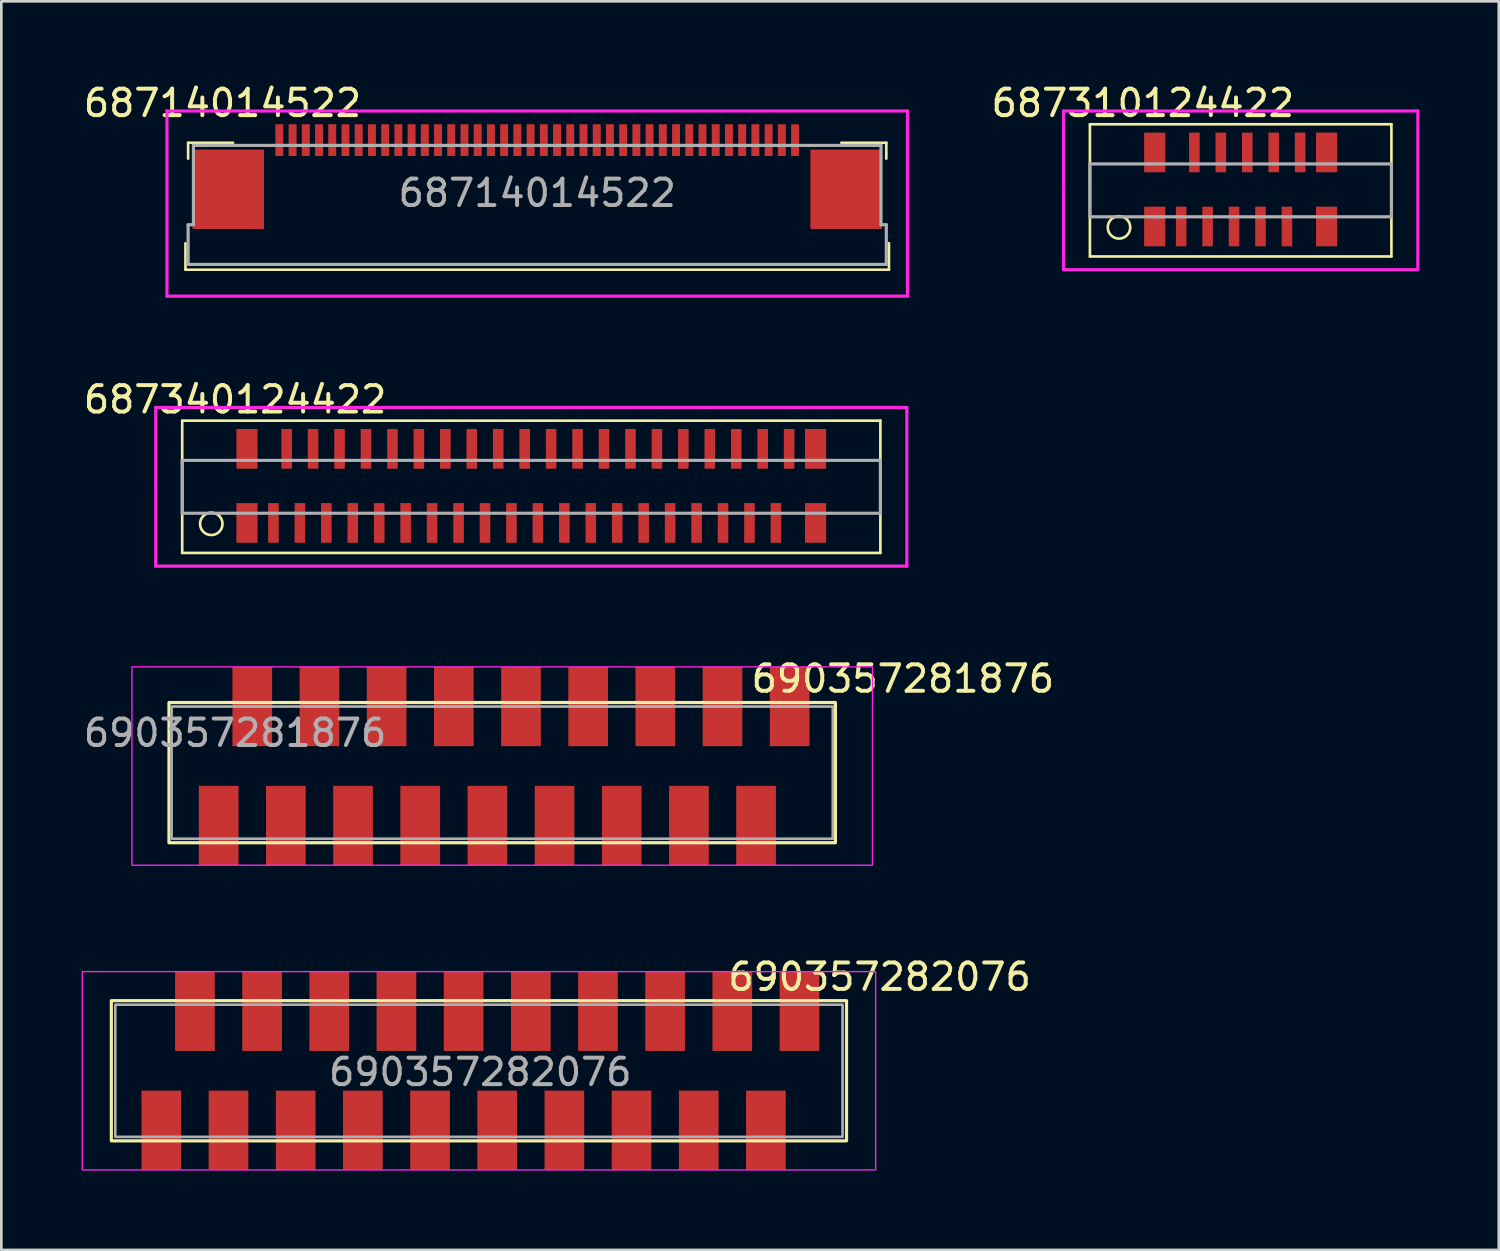
<source format=kicad_pcb>
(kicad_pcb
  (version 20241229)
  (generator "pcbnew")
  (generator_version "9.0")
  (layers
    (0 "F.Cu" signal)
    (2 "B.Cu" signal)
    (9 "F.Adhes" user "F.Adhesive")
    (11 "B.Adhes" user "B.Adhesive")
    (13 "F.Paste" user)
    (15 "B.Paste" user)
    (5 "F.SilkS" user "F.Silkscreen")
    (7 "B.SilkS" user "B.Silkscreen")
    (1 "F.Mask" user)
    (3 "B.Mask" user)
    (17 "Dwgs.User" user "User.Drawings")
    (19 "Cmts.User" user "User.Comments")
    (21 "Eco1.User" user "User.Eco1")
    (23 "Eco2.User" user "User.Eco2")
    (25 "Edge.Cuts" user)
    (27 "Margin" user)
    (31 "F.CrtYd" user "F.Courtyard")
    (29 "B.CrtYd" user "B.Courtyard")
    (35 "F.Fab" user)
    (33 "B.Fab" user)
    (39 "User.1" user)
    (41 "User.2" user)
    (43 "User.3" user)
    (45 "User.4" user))
  (footprint "690357281876"
    (layer "F.Cu")
    (at 15.939 26.165)
    (property "Reference" "690357281876" (at 15.15 -3.55 0) (unlocked yes) (layer "F.SilkS") (effects (font (size 1 1) (thickness 0.15))))
    (attr smd)
    (fp_rect (start -12.6 -2.65) (end 12.6 2.65) (stroke (width 0.12) (type solid)) (fill no) (layer "F.SilkS"))
    (fp_rect (start -13.75 -2.5) (end 13.75 2.5) (stroke (width 0.12) (type solid)) (fill no) (layer "Eco1.User"))
    (fp_rect (start -14 -4) (end 14 3.5) (stroke (width 0.05) (type solid)) (fill no) (layer "F.CrtYd"))
    (fp_rect (start -12.5 -2.5) (end 12.5 2.5) (stroke (width 0.1) (type solid)) (fill no) (layer "F.Fab"))
    (fp_text user "female connector size" (at 0 -3.9 0) (unlocked yes) (layer "Eco1.User") (effects (font (size 1 1) (thickness 0.15))))
    (fp_text user "${REFERENCE}" (at -10.1 -1.5 0) (unlocked yes) (layer "F.Fab") (effects (font (size 1 1) (thickness 0.15))))
    (pad "1" smd rect (at 10.87 -2.5) (size 1.5 3) (layers "F.Cu" "F.Mask" "F.Paste"))
    (pad "2" smd rect (at 9.6 2) (size 1.5 3) (layers "F.Cu" "F.Mask" "F.Paste"))
    (pad "3" smd rect (at 8.33 -2.5) (size 1.5 3) (layers "F.Cu" "F.Mask" "F.Paste"))
    (pad "4" smd rect (at 7.06 2) (size 1.5 3) (layers "F.Cu" "F.Mask" "F.Paste"))
    (pad "5" smd rect (at 5.79 -2.5) (size 1.5 3) (layers "F.Cu" "F.Mask" "F.Paste"))
    (pad "6" smd rect (at 4.52 2) (size 1.5 3) (layers "F.Cu" "F.Mask" "F.Paste"))
    (pad "7" smd rect (at 3.25 -2.5) (size 1.5 3) (layers "F.Cu" "F.Mask" "F.Paste"))
    (pad "8" smd rect (at 1.98 2) (size 1.5 3) (layers "F.Cu" "F.Mask" "F.Paste"))
    (pad "9" smd rect (at 0.71 -2.5) (size 1.5 3) (layers "F.Cu" "F.Mask" "F.Paste"))
    (pad "10" smd rect (at -0.56 2) (size 1.5 3) (layers "F.Cu" "F.Mask" "F.Paste"))
    (pad "11" smd rect (at -1.83 -2.5) (size 1.5 3) (layers "F.Cu" "F.Mask" "F.Paste"))
    (pad "12" smd rect (at -3.1 2) (size 1.5 3) (layers "F.Cu" "F.Mask" "F.Paste"))
    (pad "13" smd rect (at -4.37 -2.5) (size 1.5 3) (layers "F.Cu" "F.Mask" "F.Paste"))
    (pad "14" smd rect (at -5.64 2) (size 1.5 3) (layers "F.Cu" "F.Mask" "F.Paste"))
    (pad "15" smd rect (at -6.91 -2.5) (size 1.5 3) (layers "F.Cu" "F.Mask" "F.Paste"))
    (pad "16" smd rect (at -8.18 2) (size 1.5 3) (layers "F.Cu" "F.Mask" "F.Paste"))
    (pad "17" smd rect (at -9.45 -2.5) (size 1.5 3) (layers "F.Cu" "F.Mask" "F.Paste"))
    (pad "18" smd rect (at -10.72 2) (size 1.5 3) (layers "F.Cu" "F.Mask" "F.Paste")))
  (footprint "690357282076"
    (layer "F.Cu")
    (at 15.06 37.438)
    (property "Reference" "690357282076" (at 15.15 -3.55 0) (unlocked yes) (layer "F.SilkS") (effects (font (size 1 1) (thickness 0.15))))
    (attr smd)
    (fp_rect (start -13.9 -2.65) (end 13.9 2.65) (stroke (width 0.12) (type solid)) (fill no) (layer "F.SilkS"))
    (fp_rect (start -15 -2.5) (end 15 2.5) (stroke (width 0.12) (type solid)) (fill no) (layer "Eco1.User"))
    (fp_rect (start -15 -3.75) (end 15 3.75) (stroke (width 0.05) (type solid)) (fill no) (layer "F.CrtYd"))
    (fp_rect (start -13.75 -2.5) (end 13.75 2.5) (stroke (width 0.1) (type solid)) (fill no) (layer "F.Fab"))
    (fp_text user "female connector size" (at 0 -3.9 0) (unlocked yes) (layer "Eco1.User") (effects (font (size 1 1) (thickness 0.15))))
    (fp_text user "${REFERENCE}" (at 0.05 0.05 0) (unlocked yes) (layer "F.Fab") (effects (font (size 1 1) (thickness 0.15))))
    (pad "1" smd rect (at 12.12 -2.25) (size 1.5 3) (layers "F.Cu" "F.Mask" "F.Paste"))
    (pad "2" smd rect (at 10.85 2.25) (size 1.5 3) (layers "F.Cu" "F.Mask" "F.Paste"))
    (pad "3" smd rect (at 9.58 -2.25) (size 1.5 3) (layers "F.Cu" "F.Mask" "F.Paste"))
    (pad "4" smd rect (at 8.31 2.25) (size 1.5 3) (layers "F.Cu" "F.Mask" "F.Paste"))
    (pad "5" smd rect (at 7.04 -2.25) (size 1.5 3) (layers "F.Cu" "F.Mask" "F.Paste"))
    (pad "6" smd rect (at 5.77 2.25) (size 1.5 3) (layers "F.Cu" "F.Mask" "F.Paste"))
    (pad "7" smd rect (at 4.5 -2.25) (size 1.5 3) (layers "F.Cu" "F.Mask" "F.Paste"))
    (pad "8" smd rect (at 3.23 2.25) (size 1.5 3) (layers "F.Cu" "F.Mask" "F.Paste"))
    (pad "9" smd rect (at 1.96 -2.25) (size 1.5 3) (layers "F.Cu" "F.Mask" "F.Paste"))
    (pad "10" smd rect (at 0.69 2.25) (size 1.5 3) (layers "F.Cu" "F.Mask" "F.Paste"))
    (pad "11" smd rect (at -0.58 -2.25) (size 1.5 3) (layers "F.Cu" "F.Mask" "F.Paste"))
    (pad "12" smd rect (at -1.85 2.25) (size 1.5 3) (layers "F.Cu" "F.Mask" "F.Paste"))
    (pad "13" smd rect (at -3.12 -2.25) (size 1.5 3) (layers "F.Cu" "F.Mask" "F.Paste"))
    (pad "14" smd rect (at -4.39 2.25) (size 1.5 3) (layers "F.Cu" "F.Mask" "F.Paste"))
    (pad "15" smd rect (at -5.66 -2.25) (size 1.5 3) (layers "F.Cu" "F.Mask" "F.Paste"))
    (pad "16" smd rect (at -6.93 2.25) (size 1.5 3) (layers "F.Cu" "F.Mask" "F.Paste"))
    (pad "17" smd rect (at -8.2 -2.25) (size 1.5 3) (layers "F.Cu" "F.Mask" "F.Paste"))
    (pad "18" smd rect (at -9.47 2.25) (size 1.5 3) (layers "F.Cu" "F.Mask" "F.Paste"))
    (pad "19" smd rect (at -10.74 -2.25) (size 1.5 3) (layers "F.Cu" "F.Mask" "F.Paste"))
    (pad "20" smd rect (at -12.01 2.25) (size 1.5 3) (layers "F.Cu" "F.Mask" "F.Paste")))
  (footprint "68714014522"
    (layer "F.Cu")
    (at 17.263 4.248)
    (property "Reference" "68714014522" (at -11.9 -3.4 0) (layer "F.SilkS") (effects (font (size 1 1) (thickness 0.15))))
    (attr smd)
    (fp_line (start -13.3 2.9) (end -13.3 1.9) (stroke (width 0.1) (type solid)) (layer "F.SilkS"))
    (fp_line (start -13.3 2.9) (end 13.3 2.9) (stroke (width 0.1) (type solid)) (layer "F.SilkS"))
    (fp_line (start -13.2 -1.9) (end -13.2 -1.3) (stroke (width 0.1) (type solid)) (layer "F.SilkS"))
    (fp_line (start -11.5 -1.9) (end -13.2 -1.9) (stroke (width 0.1) (type solid)) (layer "F.SilkS"))
    (fp_line (start 11.5 -1.9) (end 13.2 -1.9) (stroke (width 0.1) (type solid)) (layer "F.SilkS"))
    (fp_line (start 13.2 -1.9) (end 13.2 -1.3) (stroke (width 0.1) (type solid)) (layer "F.SilkS"))
    (fp_line (start 13.3 1.9) (end 13.3 2.9) (stroke (width 0.1) (type solid)) (layer "F.SilkS"))
    (fp_line (start -14 -3.1) (end -14 3.9) (stroke (width 0.12) (type solid)) (layer "F.CrtYd"))
    (fp_line (start -14 -3.1) (end 14 -3.1) (stroke (width 0.12) (type solid)) (layer "F.CrtYd"))
    (fp_line (start 14 3.9) (end -14 3.9) (stroke (width 0.12) (type solid)) (layer "F.CrtYd"))
    (fp_line (start 14 3.9) (end 14 -3.1) (stroke (width 0.12) (type solid)) (layer "F.CrtYd"))
    (fp_line (start -13.2 1.2) (end -13 1.2) (stroke (width 0.12) (type solid)) (layer "F.Fab"))
    (fp_line (start -13.2 2.7) (end -13.2 1.2) (stroke (width 0.12) (type solid)) (layer "F.Fab"))
    (fp_line (start -13 -1.8) (end 13 -1.8) (stroke (width 0.12) (type solid)) (layer "F.Fab"))
    (fp_line (start -13 1.2) (end -13 -1.8) (stroke (width 0.12) (type solid)) (layer "F.Fab"))
    (fp_line (start 13 -1.8) (end 13 1.2) (stroke (width 0.12) (type solid)) (layer "F.Fab"))
    (fp_line (start 13 1.2) (end 13.2 1.2) (stroke (width 0.12) (type solid)) (layer "F.Fab"))
    (fp_line (start 13.2 1.2) (end 13.2 2.7) (stroke (width 0.12) (type solid)) (layer "F.Fab"))
    (fp_line (start 13.2 2.7) (end -13.2 2.7) (stroke (width 0.12) (type solid)) (layer "F.Fab"))
    (fp_text user "${REFERENCE}" (at 0 0 0) (layer "F.Fab") (effects (font (size 1 1) (thickness 0.15))))
    (pad "" smd rect (at -11.68 -0.14) (size 2.7 3) (layers "F.Cu" "F.Mask" "F.Paste"))
    (pad "" smd rect (at 11.68 -0.14) (size 2.7 3) (layers "F.Cu" "F.Mask" "F.Paste"))
    (pad "1" smd rect (at -9.75 -2) (size 0.3 1.2) (layers "F.Cu" "F.Mask" "F.Paste"))
    (pad "2" smd rect (at -9.25 -2) (size 0.3 1.2) (layers "F.Cu" "F.Mask" "F.Paste"))
    (pad "3" smd rect (at -8.75 -2) (size 0.3 1.2) (layers "F.Cu" "F.Mask" "F.Paste"))
    (pad "4" smd rect (at -8.25 -2) (size 0.3 1.2) (layers "F.Cu" "F.Mask" "F.Paste"))
    (pad "5" smd rect (at -7.75 -2) (size 0.3 1.2) (layers "F.Cu" "F.Mask" "F.Paste"))
    (pad "6" smd rect (at -7.25 -2) (size 0.3 1.2) (layers "F.Cu" "F.Mask" "F.Paste"))
    (pad "7" smd rect (at -6.75 -2) (size 0.3 1.2) (layers "F.Cu" "F.Mask" "F.Paste"))
    (pad "8" smd rect (at -6.25 -2) (size 0.3 1.2) (layers "F.Cu" "F.Mask" "F.Paste"))
    (pad "9" smd rect (at -5.75 -2) (size 0.3 1.2) (layers "F.Cu" "F.Mask" "F.Paste"))
    (pad "10" smd rect (at -5.25 -2) (size 0.3 1.2) (layers "F.Cu" "F.Mask" "F.Paste"))
    (pad "11" smd rect (at -4.75 -2) (size 0.3 1.2) (layers "F.Cu" "F.Mask" "F.Paste"))
    (pad "12" smd rect (at -4.25 -2) (size 0.3 1.2) (layers "F.Cu" "F.Mask" "F.Paste"))
    (pad "13" smd rect (at -3.75 -2) (size 0.3 1.2) (layers "F.Cu" "F.Mask" "F.Paste"))
    (pad "14" smd rect (at -3.25 -2) (size 0.3 1.2) (layers "F.Cu" "F.Mask" "F.Paste"))
    (pad "15" smd rect (at -2.75 -2) (size 0.3 1.2) (layers "F.Cu" "F.Mask" "F.Paste"))
    (pad "16" smd rect (at -2.25 -2) (size 0.3 1.2) (layers "F.Cu" "F.Mask" "F.Paste"))
    (pad "17" smd rect (at -1.75 -2) (size 0.3 1.2) (layers "F.Cu" "F.Mask" "F.Paste"))
    (pad "18" smd rect (at -1.25 -2) (size 0.3 1.2) (layers "F.Cu" "F.Mask" "F.Paste"))
    (pad "19" smd rect (at -0.75 -2) (size 0.3 1.2) (layers "F.Cu" "F.Mask" "F.Paste"))
    (pad "20" smd rect (at -0.25 -2) (size 0.3 1.2) (layers "F.Cu" "F.Mask" "F.Paste"))
    (pad "21" smd rect (at 0.25 -2) (size 0.3 1.2) (layers "F.Cu" "F.Mask" "F.Paste"))
    (pad "22" smd rect (at 0.75 -2) (size 0.3 1.2) (layers "F.Cu" "F.Mask" "F.Paste"))
    (pad "23" smd rect (at 1.25 -2) (size 0.3 1.2) (layers "F.Cu" "F.Mask" "F.Paste"))
    (pad "24" smd rect (at 1.75 -2) (size 0.3 1.2) (layers "F.Cu" "F.Mask" "F.Paste"))
    (pad "25" smd rect (at 2.25 -2) (size 0.3 1.2) (layers "F.Cu" "F.Mask" "F.Paste"))
    (pad "26" smd rect (at 2.75 -2) (size 0.3 1.2) (layers "F.Cu" "F.Mask" "F.Paste"))
    (pad "27" smd rect (at 3.25 -2) (size 0.3 1.2) (layers "F.Cu" "F.Mask" "F.Paste"))
    (pad "28" smd rect (at 3.75 -2) (size 0.3 1.2) (layers "F.Cu" "F.Mask" "F.Paste"))
    (pad "29" smd rect (at 4.25 -2) (size 0.3 1.2) (layers "F.Cu" "F.Mask" "F.Paste"))
    (pad "30" smd rect (at 4.75 -2) (size 0.3 1.2) (layers "F.Cu" "F.Mask" "F.Paste"))
    (pad "31" smd rect (at 5.25 -2) (size 0.3 1.2) (layers "F.Cu" "F.Mask" "F.Paste"))
    (pad "32" smd rect (at 5.75 -2) (size 0.3 1.2) (layers "F.Cu" "F.Mask" "F.Paste"))
    (pad "33" smd rect (at 6.25 -2) (size 0.3 1.2) (layers "F.Cu" "F.Mask" "F.Paste"))
    (pad "34" smd rect (at 6.75 -2) (size 0.3 1.2) (layers "F.Cu" "F.Mask" "F.Paste"))
    (pad "35" smd rect (at 7.25 -2) (size 0.3 1.2) (layers "F.Cu" "F.Mask" "F.Paste"))
    (pad "36" smd rect (at 7.75 -2) (size 0.3 1.2) (layers "F.Cu" "F.Mask" "F.Paste"))
    (pad "37" smd rect (at 8.25 -2) (size 0.3 1.2) (layers "F.Cu" "F.Mask" "F.Paste"))
    (pad "38" smd rect (at 8.75 -2) (size 0.3 1.2) (layers "F.Cu" "F.Mask" "F.Paste"))
    (pad "39" smd rect (at 9.25 -2) (size 0.3 1.2) (layers "F.Cu" "F.Mask" "F.Paste"))
    (pad "40" smd rect (at 9.75 -2) (size 0.3 1.2) (layers "F.Cu" "F.Mask" "F.Paste")))
  (footprint "687340124422"
    (layer "F.Cu")
    (at 17.039 15.357)
    (property "Reference" "687340124422" (at -11.2 -3.3 0) (layer "F.SilkS") (effects (font (size 1 1) (thickness 0.15))))
    (attr through_hole)
    (fp_line (start -13.2 -2.5) (end 13.2 -2.5) (stroke (width 0.1) (type solid)) (layer "F.SilkS"))
    (fp_line (start -13.2 2.5) (end -13.2 -2.5) (stroke (width 0.1) (type solid)) (layer "F.SilkS"))
    (fp_line (start -13.2 2.5) (end 13.2 2.5) (stroke (width 0.1) (type solid)) (layer "F.SilkS"))
    (fp_line (start 13.2 -2.5) (end 13.2 2.5) (stroke (width 0.1) (type solid)) (layer "F.SilkS"))
    (fp_circle (center -12.1 1.4) (end -11.8 1.7) (stroke (width 0.1) (type solid)) (fill no) (layer "F.SilkS"))
    (fp_line (start -14.2 -3) (end 14.2 -3) (stroke (width 0.12) (type solid)) (layer "F.CrtYd"))
    (fp_line (start -14.2 0) (end -14.2 -3) (stroke (width 0.12) (type solid)) (layer "F.CrtYd"))
    (fp_line (start -14.2 3) (end -14.2 0) (stroke (width 0.12) (type solid)) (layer "F.CrtYd"))
    (fp_line (start 14.2 -3) (end 14.2 3) (stroke (width 0.12) (type solid)) (layer "F.CrtYd"))
    (fp_line (start 14.2 3) (end -14.2 3) (stroke (width 0.12) (type solid)) (layer "F.CrtYd"))
    (fp_line (start -13.2 -1) (end 13.2 -1) (stroke (width 0.12) (type solid)) (layer "F.Fab"))
    (fp_line (start -13.2 1) (end -13.2 -1) (stroke (width 0.12) (type solid)) (layer "F.Fab"))
    (fp_line (start 13.2 -1) (end 13.2 1) (stroke (width 0.12) (type solid)) (layer "F.Fab"))
    (fp_line (start 13.2 1) (end -13.2 1) (stroke (width 0.12) (type solid)) (layer "F.Fab"))
    (pad "" smd rect (at -10.75 -1.434) (size 0.8 1.5) (layers "F.Cu" "F.Mask" "F.Paste"))
    (pad "" smd rect (at -10.75 1.366) (size 0.8 1.5) (layers "F.Cu" "F.Mask" "F.Paste"))
    (pad "" smd rect (at 10.75 -1.434) (size 0.8 1.5) (layers "F.Cu" "F.Mask" "F.Paste"))
    (pad "" smd rect (at 10.75 1.366) (size 0.8 1.5) (layers "F.Cu" "F.Mask" "F.Paste"))
    (pad "1" smd rect (at -9.75 1.366) (size 0.4 1.5) (layers "F.Cu" "F.Mask" "F.Paste"))
    (pad "2" smd rect (at -9.25 -1.434) (size 0.4 1.5) (layers "F.Cu" "F.Mask" "F.Paste"))
    (pad "3" smd rect (at -8.75 1.366) (size 0.4 1.5) (layers "F.Cu" "F.Mask" "F.Paste"))
    (pad "4" smd rect (at -8.25 -1.434) (size 0.4 1.5) (layers "F.Cu" "F.Mask" "F.Paste"))
    (pad "5" smd rect (at -7.75 1.366) (size 0.4 1.5) (layers "F.Cu" "F.Mask" "F.Paste"))
    (pad "6" smd rect (at -7.25 -1.434) (size 0.4 1.5) (layers "F.Cu" "F.Mask" "F.Paste"))
    (pad "7" smd rect (at -6.75 1.366) (size 0.4 1.5) (layers "F.Cu" "F.Mask" "F.Paste"))
    (pad "8" smd rect (at -6.25 -1.434) (size 0.4 1.5) (layers "F.Cu" "F.Mask" "F.Paste"))
    (pad "9" smd rect (at -5.75 1.366) (size 0.4 1.5) (layers "F.Cu" "F.Mask" "F.Paste"))
    (pad "10" smd rect (at -5.25 -1.434) (size 0.4 1.5) (layers "F.Cu" "F.Mask" "F.Paste"))
    (pad "11" smd rect (at -4.75 1.366) (size 0.4 1.5) (layers "F.Cu" "F.Mask" "F.Paste"))
    (pad "12" smd rect (at -4.25 -1.434) (size 0.4 1.5) (layers "F.Cu" "F.Mask" "F.Paste"))
    (pad "13" smd rect (at -3.75 1.366) (size 0.4 1.5) (layers "F.Cu" "F.Mask" "F.Paste"))
    (pad "14" smd rect (at -3.25 -1.434) (size 0.4 1.5) (layers "F.Cu" "F.Mask" "F.Paste"))
    (pad "15" smd rect (at -2.75 1.366) (size 0.4 1.5) (layers "F.Cu" "F.Mask" "F.Paste"))
    (pad "16" smd rect (at -2.25 -1.434) (size 0.4 1.5) (layers "F.Cu" "F.Mask" "F.Paste"))
    (pad "17" smd rect (at -1.75 1.366) (size 0.4 1.5) (layers "F.Cu" "F.Mask" "F.Paste"))
    (pad "18" smd rect (at -1.25 -1.434) (size 0.4 1.5) (layers "F.Cu" "F.Mask" "F.Paste"))
    (pad "19" smd rect (at -0.75 1.366) (size 0.4 1.5) (layers "F.Cu" "F.Mask" "F.Paste"))
    (pad "20" smd rect (at -0.25 -1.434) (size 0.4 1.5) (layers "F.Cu" "F.Mask" "F.Paste"))
    (pad "21" smd rect (at 0.25 1.366) (size 0.4 1.5) (layers "F.Cu" "F.Mask" "F.Paste"))
    (pad "22" smd rect (at 0.75 -1.434) (size 0.4 1.5) (layers "F.Cu" "F.Mask" "F.Paste"))
    (pad "23" smd rect (at 1.25 1.366) (size 0.4 1.5) (layers "F.Cu" "F.Mask" "F.Paste"))
    (pad "24" smd rect (at 1.75 -1.434) (size 0.4 1.5) (layers "F.Cu" "F.Mask" "F.Paste"))
    (pad "25" smd rect (at 2.25 1.366) (size 0.4 1.5) (layers "F.Cu" "F.Mask" "F.Paste"))
    (pad "26" smd rect (at 2.75 -1.434) (size 0.4 1.5) (layers "F.Cu" "F.Mask" "F.Paste"))
    (pad "27" smd rect (at 3.25 1.366) (size 0.4 1.5) (layers "F.Cu" "F.Mask" "F.Paste"))
    (pad "28" smd rect (at 3.75 -1.434) (size 0.4 1.5) (layers "F.Cu" "F.Mask" "F.Paste"))
    (pad "29" smd rect (at 4.25 1.366) (size 0.4 1.5) (layers "F.Cu" "F.Mask" "F.Paste"))
    (pad "30" smd rect (at 4.75 -1.434) (size 0.4 1.5) (layers "F.Cu" "F.Mask" "F.Paste"))
    (pad "31" smd rect (at 5.25 1.366) (size 0.4 1.5) (layers "F.Cu" "F.Mask" "F.Paste"))
    (pad "32" smd rect (at 5.75 -1.434) (size 0.4 1.5) (layers "F.Cu" "F.Mask" "F.Paste"))
    (pad "33" smd rect (at 6.25 1.366) (size 0.4 1.5) (layers "F.Cu" "F.Mask" "F.Paste"))
    (pad "34" smd rect (at 6.75 -1.434) (size 0.4 1.5) (layers "F.Cu" "F.Mask" "F.Paste"))
    (pad "35" smd rect (at 7.25 1.366) (size 0.4 1.5) (layers "F.Cu" "F.Mask" "F.Paste"))
    (pad "36" smd rect (at 7.75 -1.434) (size 0.4 1.5) (layers "F.Cu" "F.Mask" "F.Paste"))
    (pad "37" smd rect (at 8.25 1.366) (size 0.4 1.5) (layers "F.Cu" "F.Mask" "F.Paste"))
    (pad "38" smd rect (at 8.75 -1.434) (size 0.4 1.5) (layers "F.Cu" "F.Mask" "F.Paste"))
    (pad "39" smd rect (at 9.25 1.366) (size 0.4 1.5) (layers "F.Cu" "F.Mask" "F.Paste"))
    (pad "40" smd rect (at 9.75 -1.434) (size 0.4 1.5) (layers "F.Cu" "F.Mask" "F.Paste")))
  (footprint "687310124422"
    (layer "F.Cu")
    (at 43.862 4.148)
    (property "Reference" "687310124422" (at -3.7 -3.3 0) (layer "F.SilkS") (effects (font (size 1 1) (thickness 0.15))))
    (attr smd)
    (fp_line (start -5.7 -2.5) (end 5.7 -2.5) (stroke (width 0.1) (type solid)) (layer "F.SilkS"))
    (fp_line (start -5.7 2.5) (end -5.7 -2.5) (stroke (width 0.1) (type solid)) (layer "F.SilkS"))
    (fp_line (start -5.7 2.5) (end 5.7 2.5) (stroke (width 0.1) (type solid)) (layer "F.SilkS"))
    (fp_line (start 5.7 -2.5) (end 5.7 2.5) (stroke (width 0.1) (type solid)) (layer "F.SilkS"))
    (fp_circle (center -4.6 1.4) (end -4.3 1.7) (stroke (width 0.1) (type solid)) (fill no) (layer "F.SilkS"))
    (fp_line (start -6.7 -3) (end 6.7 -3) (stroke (width 0.12) (type solid)) (layer "F.CrtYd"))
    (fp_line (start -6.7 0) (end -6.7 -3) (stroke (width 0.12) (type solid)) (layer "F.CrtYd"))
    (fp_line (start -6.7 3) (end -6.7 0) (stroke (width 0.12) (type solid)) (layer "F.CrtYd"))
    (fp_line (start 6.7 -3) (end 6.7 3) (stroke (width 0.12) (type solid)) (layer "F.CrtYd"))
    (fp_line (start 6.7 3) (end -6.7 3) (stroke (width 0.12) (type solid)) (layer "F.CrtYd"))
    (fp_line (start -5.7 -1) (end 5.7 -1) (stroke (width 0.12) (type solid)) (layer "F.Fab"))
    (fp_line (start -5.7 1) (end -5.7 -1) (stroke (width 0.12) (type solid)) (layer "F.Fab"))
    (fp_line (start 5.7 -1) (end 5.7 1) (stroke (width 0.12) (type solid)) (layer "F.Fab"))
    (fp_line (start 5.7 1) (end -5.7 1) (stroke (width 0.12) (type solid)) (layer "F.Fab"))
    (pad "" smd rect (at -3.25 -1.434) (size 0.8 1.5) (layers "F.Cu" "F.Mask" "F.Paste"))
    (pad "" smd rect (at -3.25 1.366) (size 0.8 1.5) (layers "F.Cu" "F.Mask" "F.Paste"))
    (pad "" smd rect (at 3.25 -1.434) (size 0.8 1.5) (layers "F.Cu" "F.Mask" "F.Paste"))
    (pad "" smd rect (at 3.25 1.366) (size 0.8 1.5) (layers "F.Cu" "F.Mask" "F.Paste"))
    (pad "1" smd rect (at -2.25 1.366) (size 0.4 1.5) (layers "F.Cu" "F.Mask" "F.Paste"))
    (pad "2" smd rect (at -1.75 -1.434) (size 0.4 1.5) (layers "F.Cu" "F.Mask" "F.Paste"))
    (pad "3" smd rect (at -1.25 1.366) (size 0.4 1.5) (layers "F.Cu" "F.Mask" "F.Paste"))
    (pad "4" smd rect (at -0.75 -1.434) (size 0.4 1.5) (layers "F.Cu" "F.Mask" "F.Paste"))
    (pad "5" smd rect (at -0.25 1.366) (size 0.4 1.5) (layers "F.Cu" "F.Mask" "F.Paste"))
    (pad "6" smd rect (at 0.25 -1.434) (size 0.4 1.5) (layers "F.Cu" "F.Mask" "F.Paste"))
    (pad "7" smd rect (at 0.75 1.366) (size 0.4 1.5) (layers "F.Cu" "F.Mask" "F.Paste"))
    (pad "8" smd rect (at 1.25 -1.434) (size 0.4 1.5) (layers "F.Cu" "F.Mask" "F.Paste"))
    (pad "9" smd rect (at 1.75 1.366) (size 0.4 1.5) (layers "F.Cu" "F.Mask" "F.Paste"))
    (pad "10" smd rect (at 2.25 -1.434) (size 0.4 1.5) (layers "F.Cu" "F.Mask" "F.Paste")))
  (gr_rect
    (start -3 -3)
    (end 53.622 44.213)
    (stroke (width 0.1) (type default))
    (fill no)
    (layer "Edge.Cuts")))
</source>
